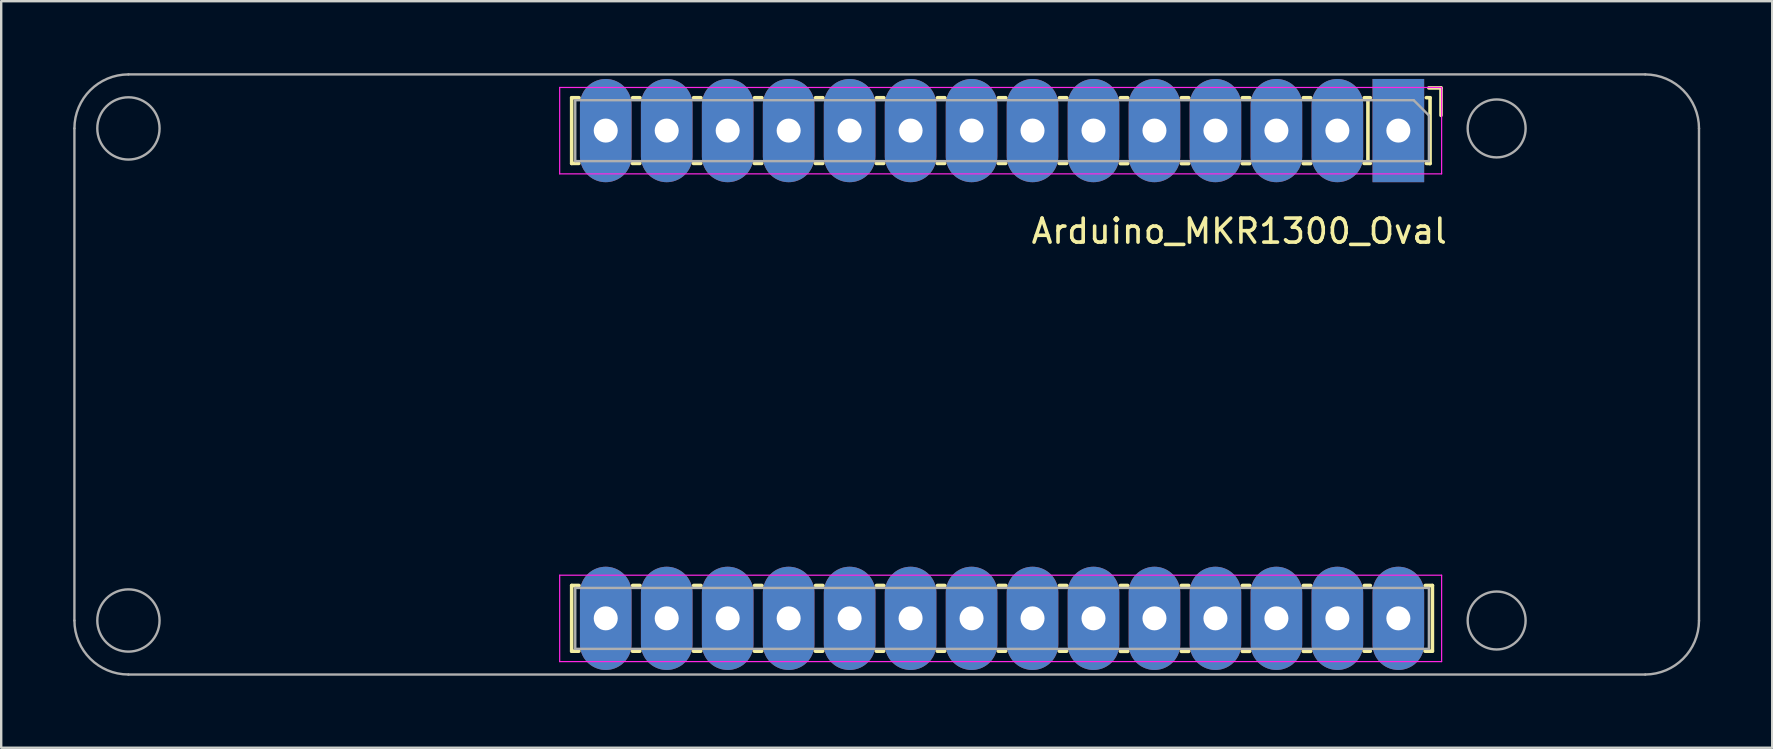
<source format=kicad_pcb>
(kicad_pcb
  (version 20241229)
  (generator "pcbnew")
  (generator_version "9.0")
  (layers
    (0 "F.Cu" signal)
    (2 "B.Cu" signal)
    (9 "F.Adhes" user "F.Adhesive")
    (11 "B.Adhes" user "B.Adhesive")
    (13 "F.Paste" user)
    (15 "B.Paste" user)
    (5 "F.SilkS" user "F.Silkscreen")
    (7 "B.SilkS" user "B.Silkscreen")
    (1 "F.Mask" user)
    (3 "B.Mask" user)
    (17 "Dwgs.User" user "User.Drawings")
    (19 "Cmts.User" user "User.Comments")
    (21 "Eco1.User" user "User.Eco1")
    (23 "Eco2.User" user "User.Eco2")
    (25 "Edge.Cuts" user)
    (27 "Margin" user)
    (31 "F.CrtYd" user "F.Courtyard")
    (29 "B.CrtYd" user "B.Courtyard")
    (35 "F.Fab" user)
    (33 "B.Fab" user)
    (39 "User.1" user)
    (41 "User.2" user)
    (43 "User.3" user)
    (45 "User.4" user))
  (footprint "Arduino_MKR1300_Oval"
    (layer "F.Cu")
    (at 55.205 2.39)
    (property "Reference" "Arduino_MKR1300_Oval" (at -6.629 4.191 0) (layer "F.SilkS") (effects (font (size 1 1) (thickness 0.15))))
    (attr through_hole)
    (fp_line (start -34.439 -1.368) (end -34.439 1.368) (stroke (width 0.15) (type solid)) (layer "F.SilkS"))
    (fp_line (start -34.439 1.368) (end -34.141 1.368) (stroke (width 0.15) (type solid)) (layer "F.SilkS"))
    (fp_line (start -34.439 18.952) (end -34.439 21.688) (stroke (width 0.15) (type solid)) (layer "F.SilkS"))
    (fp_line (start -34.439 21.688) (end -34.141 21.688) (stroke (width 0.15) (type solid)) (layer "F.SilkS"))
    (fp_line (start -34.134 -1.368) (end -34.439 -1.368) (stroke (width 0.15) (type solid)) (layer "F.SilkS"))
    (fp_line (start -34.134 18.952) (end -34.439 18.952) (stroke (width 0.15) (type solid)) (layer "F.SilkS"))
    (fp_line (start -31.906 1.368) (end -31.601 1.368) (stroke (width 0.15) (type solid)) (layer "F.SilkS"))
    (fp_line (start -31.906 21.688) (end -31.601 21.688) (stroke (width 0.15) (type solid)) (layer "F.SilkS"))
    (fp_line (start -31.594 -1.368) (end -31.899 -1.368) (stroke (width 0.15) (type solid)) (layer "F.SilkS"))
    (fp_line (start -31.594 18.952) (end -31.899 18.952) (stroke (width 0.15) (type solid)) (layer "F.SilkS"))
    (fp_line (start -29.366 1.368) (end -29.061 1.368) (stroke (width 0.15) (type solid)) (layer "F.SilkS"))
    (fp_line (start -29.366 21.688) (end -29.061 21.688) (stroke (width 0.15) (type solid)) (layer "F.SilkS"))
    (fp_line (start -29.054 -1.368) (end -29.359 -1.368) (stroke (width 0.15) (type solid)) (layer "F.SilkS"))
    (fp_line (start -29.054 18.952) (end -29.359 18.952) (stroke (width 0.15) (type solid)) (layer "F.SilkS"))
    (fp_line (start -26.826 1.368) (end -26.521 1.368) (stroke (width 0.15) (type solid)) (layer "F.SilkS"))
    (fp_line (start -26.826 21.688) (end -26.521 21.688) (stroke (width 0.15) (type solid)) (layer "F.SilkS"))
    (fp_line (start -26.514 -1.368) (end -26.819 -1.368) (stroke (width 0.15) (type solid)) (layer "F.SilkS"))
    (fp_line (start -26.514 18.952) (end -26.819 18.952) (stroke (width 0.15) (type solid)) (layer "F.SilkS"))
    (fp_line (start -24.286 1.368) (end -23.981 1.368) (stroke (width 0.15) (type solid)) (layer "F.SilkS"))
    (fp_line (start -24.286 21.688) (end -23.981 21.688) (stroke (width 0.15) (type solid)) (layer "F.SilkS"))
    (fp_line (start -23.974 -1.368) (end -24.279 -1.368) (stroke (width 0.15) (type solid)) (layer "F.SilkS"))
    (fp_line (start -23.974 18.952) (end -24.279 18.952) (stroke (width 0.15) (type solid)) (layer "F.SilkS"))
    (fp_line (start -21.746 1.368) (end -21.441 1.368) (stroke (width 0.15) (type solid)) (layer "F.SilkS"))
    (fp_line (start -21.746 21.688) (end -21.441 21.688) (stroke (width 0.15) (type solid)) (layer "F.SilkS"))
    (fp_line (start -21.434 -1.368) (end -21.739 -1.368) (stroke (width 0.15) (type solid)) (layer "F.SilkS"))
    (fp_line (start -21.434 18.952) (end -21.739 18.952) (stroke (width 0.15) (type solid)) (layer "F.SilkS"))
    (fp_line (start -19.206 1.368) (end -18.901 1.368) (stroke (width 0.15) (type solid)) (layer "F.SilkS"))
    (fp_line (start -19.206 21.688) (end -18.901 21.688) (stroke (width 0.15) (type solid)) (layer "F.SilkS"))
    (fp_line (start -18.894 -1.368) (end -19.199 -1.368) (stroke (width 0.15) (type solid)) (layer "F.SilkS"))
    (fp_line (start -18.894 18.952) (end -19.199 18.952) (stroke (width 0.15) (type solid)) (layer "F.SilkS"))
    (fp_line (start -16.666 1.368) (end -16.361 1.368) (stroke (width 0.15) (type solid)) (layer "F.SilkS"))
    (fp_line (start -16.666 21.688) (end -16.361 21.688) (stroke (width 0.15) (type solid)) (layer "F.SilkS"))
    (fp_line (start -16.354 -1.368) (end -16.659 -1.368) (stroke (width 0.15) (type solid)) (layer "F.SilkS"))
    (fp_line (start -16.354 18.952) (end -16.659 18.952) (stroke (width 0.15) (type solid)) (layer "F.SilkS"))
    (fp_line (start -14.126 1.368) (end -13.821 1.368) (stroke (width 0.15) (type solid)) (layer "F.SilkS"))
    (fp_line (start -14.126 21.688) (end -13.821 21.688) (stroke (width 0.15) (type solid)) (layer "F.SilkS"))
    (fp_line (start -13.814 -1.368) (end -14.119 -1.368) (stroke (width 0.15) (type solid)) (layer "F.SilkS"))
    (fp_line (start -13.814 18.952) (end -14.119 18.952) (stroke (width 0.15) (type solid)) (layer "F.SilkS"))
    (fp_line (start -11.274 -1.368) (end -11.579 -1.368) (stroke (width 0.15) (type solid)) (layer "F.SilkS"))
    (fp_line (start -11.274 1.375) (end -11.579 1.375) (stroke (width 0.15) (type solid)) (layer "F.SilkS"))
    (fp_line (start -11.274 18.952) (end -11.579 18.952) (stroke (width 0.15) (type solid)) (layer "F.SilkS"))
    (fp_line (start -11.274 21.695) (end -11.579 21.695) (stroke (width 0.15) (type solid)) (layer "F.SilkS"))
    (fp_line (start -8.734 -1.368) (end -9.039 -1.368) (stroke (width 0.15) (type solid)) (layer "F.SilkS"))
    (fp_line (start -8.734 1.375) (end -9.039 1.375) (stroke (width 0.15) (type solid)) (layer "F.SilkS"))
    (fp_line (start -8.734 18.952) (end -9.039 18.952) (stroke (width 0.15) (type solid)) (layer "F.SilkS"))
    (fp_line (start -8.734 21.695) (end -9.039 21.695) (stroke (width 0.15) (type solid)) (layer "F.SilkS"))
    (fp_line (start -6.194 -1.368) (end -6.499 -1.368) (stroke (width 0.15) (type solid)) (layer "F.SilkS"))
    (fp_line (start -6.194 1.375) (end -6.499 1.375) (stroke (width 0.15) (type solid)) (layer "F.SilkS"))
    (fp_line (start -6.194 18.952) (end -6.499 18.952) (stroke (width 0.15) (type solid)) (layer "F.SilkS"))
    (fp_line (start -6.194 21.695) (end -6.499 21.695) (stroke (width 0.15) (type solid)) (layer "F.SilkS"))
    (fp_line (start -3.654 -1.368) (end -3.959 -1.368) (stroke (width 0.15) (type solid)) (layer "F.SilkS"))
    (fp_line (start -3.654 1.375) (end -3.959 1.375) (stroke (width 0.15) (type solid)) (layer "F.SilkS"))
    (fp_line (start -3.654 18.952) (end -3.959 18.952) (stroke (width 0.15) (type solid)) (layer "F.SilkS"))
    (fp_line (start -3.654 21.695) (end -3.959 21.695) (stroke (width 0.15) (type solid)) (layer "F.SilkS"))
    (fp_line (start -1.426 1.368) (end -1.168 1.368) (stroke (width 0.15) (type solid)) (layer "F.SilkS"))
    (fp_line (start -1.426 21.688) (end -1.168 21.688) (stroke (width 0.15) (type solid)) (layer "F.SilkS"))
    (fp_line (start -1.267 -1.327) (end -1.267 1.333) (stroke (width 0.15) (type solid)) (layer "F.SilkS"))
    (fp_line (start -1.168 -1.368) (end -1.419 -1.368) (stroke (width 0.15) (type solid)) (layer "F.SilkS"))
    (fp_line (start -1.168 18.952) (end -1.419 18.952) (stroke (width 0.15) (type solid)) (layer "F.SilkS"))
    (fp_line (start 1.114 21.688) (end 1.419 21.688) (stroke (width 0.15) (type solid)) (layer "F.SilkS"))
    (fp_line (start 1.168 1.368) (end 1.321 1.372) (stroke (width 0.15) (type solid)) (layer "F.SilkS"))
    (fp_line (start 1.27 -1.778) (end 1.778 -1.778) (stroke (width 0.15) (type solid)) (layer "F.SilkS"))
    (fp_line (start 1.321 -1.368) (end 1.168 -1.372) (stroke (width 0.15) (type solid)) (layer "F.SilkS"))
    (fp_line (start 1.321 -1.368) (end 1.321 1.372) (stroke (width 0.15) (type solid)) (layer "F.SilkS"))
    (fp_line (start 1.419 18.952) (end 1.121 18.952) (stroke (width 0.15) (type solid)) (layer "F.SilkS"))
    (fp_line (start 1.419 21.688) (end 1.419 18.952) (stroke (width 0.15) (type solid)) (layer "F.SilkS"))
    (fp_line (start 1.778 -1.778) (end 1.778 -0.635) (stroke (width 0.15) (type solid)) (layer "F.SilkS"))
    (fp_line (start -34.939 -1.797) (end -34.939 1.803) (stroke (width 0.05) (type solid)) (layer "F.CrtYd"))
    (fp_line (start -34.939 1.803) (end 1.803 1.803) (stroke (width 0.05) (type solid)) (layer "F.CrtYd"))
    (fp_line (start -34.939 18.523) (end -34.939 22.123) (stroke (width 0.05) (type solid)) (layer "F.CrtYd"))
    (fp_line (start -34.939 22.123) (end 1.803 22.123) (stroke (width 0.05) (type solid)) (layer "F.CrtYd"))
    (fp_line (start 1.803 -1.797) (end -34.939 -1.797) (stroke (width 0.05) (type solid)) (layer "F.CrtYd"))
    (fp_line (start 1.803 1.803) (end 1.803 -1.797) (stroke (width 0.05) (type solid)) (layer "F.CrtYd"))
    (fp_line (start 1.803 18.523) (end -34.939 18.523) (stroke (width 0.05) (type solid)) (layer "F.CrtYd"))
    (fp_line (start 1.803 22.123) (end 1.803 18.523) (stroke (width 0.05) (type solid)) (layer "F.CrtYd"))
    (fp_line (start -55.155 20.41) (end -55.155 -0.09) (stroke (width 0.1) (type solid)) (layer "F.Fab"))
    (fp_line (start -52.905 -2.34) (end 10.287 -2.34) (stroke (width 0.1) (type solid)) (layer "F.Fab"))
    (fp_line (start -34.29 -1.267) (end 0.638 -1.267) (stroke (width 0.1) (type solid)) (layer "F.Fab"))
    (fp_line (start -34.29 1.273) (end -34.29 -1.267) (stroke (width 0.1) (type solid)) (layer "F.Fab"))
    (fp_line (start -34.29 19.053) (end 1.273 19.053) (stroke (width 0.1) (type solid)) (layer "F.Fab"))
    (fp_line (start -34.29 21.593) (end -34.29 19.053) (stroke (width 0.1) (type solid)) (layer "F.Fab"))
    (fp_line (start 0.638 -1.267) (end 1.273 -0.632) (stroke (width 0.1) (type solid)) (layer "F.Fab"))
    (fp_line (start 1.273 -0.632) (end 1.273 1.273) (stroke (width 0.1) (type solid)) (layer "F.Fab"))
    (fp_line (start 1.273 1.273) (end -34.29 1.273) (stroke (width 0.1) (type solid)) (layer "F.Fab"))
    (fp_line (start 1.273 19.053) (end 1.273 21.593) (stroke (width 0.1) (type solid)) (layer "F.Fab"))
    (fp_line (start 1.273 21.593) (end -34.29 21.593) (stroke (width 0.1) (type solid)) (layer "F.Fab"))
    (fp_line (start 10.287 22.66) (end -52.905 22.66) (stroke (width 0.1) (type solid)) (layer "F.Fab"))
    (fp_line (start 12.525 20.422) (end 12.525 -0.087) (stroke (width 0.1) (type solid)) (layer "F.Fab"))
    (fp_arc (start -55.1548 -0.09) (mid -54.49579 -1.68099) (end -52.9048 -2.34) (stroke (width 0.1) (type solid)) (layer "F.Fab"))
    (fp_arc (start -52.9048 22.66) (mid -54.49579 22.00099) (end -55.1548 20.41) (stroke (width 0.1) (type solid)) (layer "F.Fab"))
    (fp_arc (start 10.287 -2.34) (mid 11.870711 -1.674846) (end 12.525449 -0.0868) (stroke (width 0.1) (type solid)) (layer "F.Fab"))
    (fp_arc (start 12.525449 20.4216) (mid 11.865519 22.000105) (end 10.287 22.66) (stroke (width 0.1) (type solid)) (layer "F.Fab"))
    (fp_circle (center -52.905 -0.09) (end -51.608 -0.09) (stroke (width 0.1) (type solid)) (fill no) (layer "F.Fab"))
    (fp_circle (center -52.905 20.41) (end -51.608 20.41) (stroke (width 0.1) (type solid)) (fill no) (layer "F.Fab"))
    (fp_circle (center 4.095 -0.09) (end 5.302 -0.09) (stroke (width 0.1) (type solid)) (fill no) (layer "F.Fab"))
    (fp_circle (center 4.095 20.41) (end 5.302 20.41) (stroke (width 0.1) (type solid)) (fill no) (layer "F.Fab"))
    (pad "1" thru_hole rect (at 0 0 180) (size 2.15 4.3) (drill 1) (layers "*.Cu" "*.Mask"))
    (pad "2" thru_hole oval (at -2.54 0 180) (size 2.15 4.3) (drill 1) (layers "*.Cu" "*.Mask"))
    (pad "3" thru_hole oval (at -5.08 0 180) (size 2.15 4.3) (drill 1) (layers "*.Cu" "*.Mask"))
    (pad "4" thru_hole oval (at -7.62 0 180) (size 2.15 4.3) (drill 1) (layers "*.Cu" "*.Mask"))
    (pad "5" thru_hole oval (at -10.16 0 180) (size 2.15 4.3) (drill 1) (layers "*.Cu" "*.Mask"))
    (pad "6" thru_hole oval (at -12.7 0 180) (size 2.15 4.3) (drill 1) (layers "*.Cu" "*.Mask"))
    (pad "7" thru_hole oval (at -15.24 0 180) (size 2.15 4.3) (drill 1) (layers "*.Cu" "*.Mask"))
    (pad "8" thru_hole oval (at -17.78 0 180) (size 2.15 4.3) (drill 1) (layers "*.Cu" "*.Mask"))
    (pad "9" thru_hole oval (at -20.32 0 180) (size 2.15 4.3) (drill 1) (layers "*.Cu" "*.Mask"))
    (pad "10" thru_hole oval (at -22.86 0 180) (size 2.15 4.3) (drill 1) (layers "*.Cu" "*.Mask"))
    (pad "11" thru_hole oval (at -25.4 0 180) (size 2.15 4.3) (drill 1) (layers "*.Cu" "*.Mask"))
    (pad "12" thru_hole oval (at -27.94 0 180) (size 2.15 4.3) (drill 1) (layers "*.Cu" "*.Mask"))
    (pad "13" thru_hole oval (at -30.48 0 180) (size 2.15 4.3) (drill 1) (layers "*.Cu" "*.Mask"))
    (pad "14" thru_hole oval (at -33.02 0 180) (size 2.15 4.3) (drill 1) (layers "*.Cu" "*.Mask"))
    (pad "15" thru_hole oval (at -33.02 20.32 180) (size 2.15 4.3) (drill 1) (layers "*.Cu" "*.Mask"))
    (pad "16" thru_hole oval (at -30.48 20.32 180) (size 2.15 4.3) (drill 1) (layers "*.Cu" "*.Mask"))
    (pad "17" thru_hole oval (at -27.94 20.32 180) (size 2.15 4.3) (drill 1) (layers "*.Cu" "*.Mask"))
    (pad "18" thru_hole oval (at -25.4 20.32 180) (size 2.15 4.3) (drill 1) (layers "*.Cu" "*.Mask"))
    (pad "19" thru_hole oval (at -22.86 20.32 180) (size 2.15 4.3) (drill 1) (layers "*.Cu" "*.Mask"))
    (pad "20" thru_hole oval (at -20.32 20.32 180) (size 2.15 4.3) (drill 1) (layers "*.Cu" "*.Mask"))
    (pad "21" thru_hole oval (at -17.78 20.32 180) (size 2.15 4.3) (drill 1) (layers "*.Cu" "*.Mask"))
    (pad "22" thru_hole oval (at -15.24 20.32 180) (size 2.15 4.3) (drill 1) (layers "*.Cu" "*.Mask"))
    (pad "23" thru_hole oval (at -12.7 20.32 180) (size 2.15 4.3) (drill 1) (layers "*.Cu" "*.Mask"))
    (pad "24" thru_hole oval (at -10.16 20.32 180) (size 2.15 4.3) (drill 1) (layers "*.Cu" "*.Mask"))
    (pad "25" thru_hole oval (at -7.62 20.32 180) (size 2.15 4.3) (drill 1) (layers "*.Cu" "*.Mask"))
    (pad "26" thru_hole oval (at -5.08 20.32 180) (size 2.15 4.3) (drill 1) (layers "*.Cu" "*.Mask"))
    (pad "27" thru_hole oval (at -2.54 20.32 180) (size 2.15 4.3) (drill 1) (layers "*.Cu" "*.Mask"))
    (pad "28" thru_hole oval (at 0 20.32 180) (size 2.15 4.3) (drill 1) (layers "*.Cu" "*.Mask")))
  (gr_rect
    (start -3 -3)
    (end 70.78 28.1)
    (stroke (width 0.1) (type default))
    (fill no)
    (layer "Edge.Cuts")))
</source>
